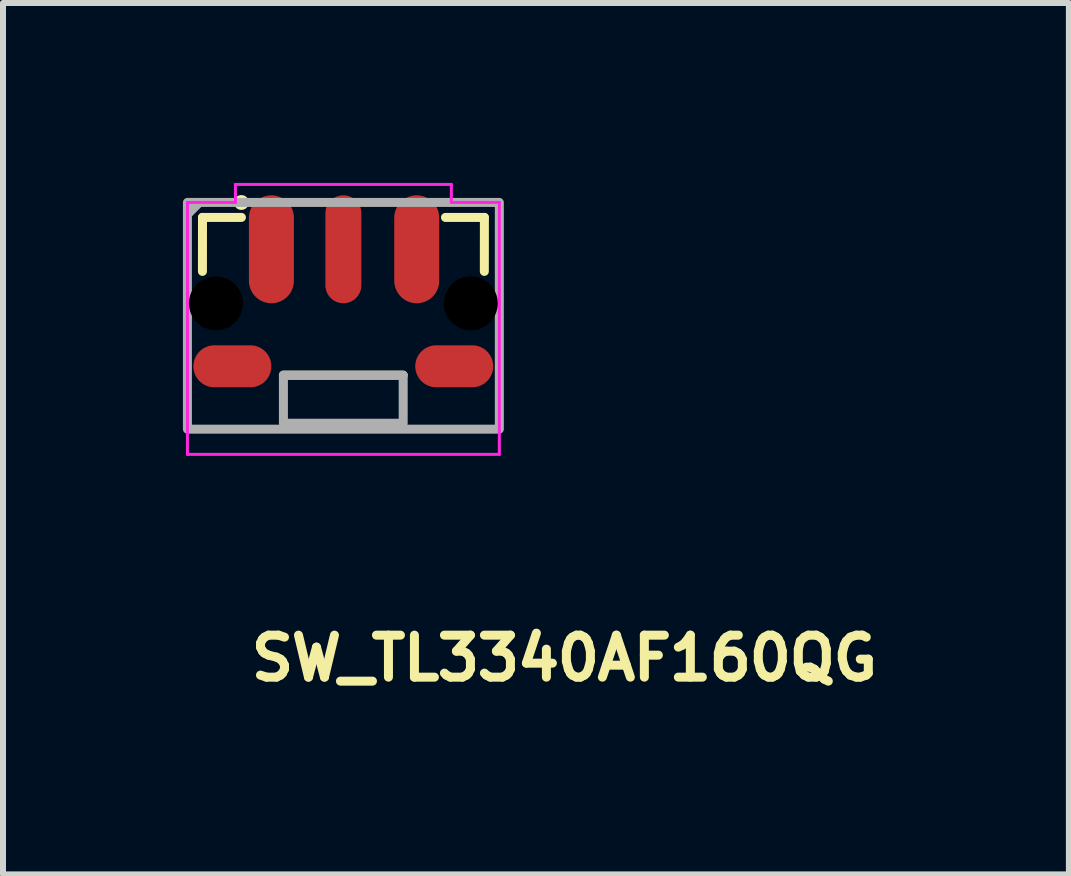
<source format=kicad_pcb>
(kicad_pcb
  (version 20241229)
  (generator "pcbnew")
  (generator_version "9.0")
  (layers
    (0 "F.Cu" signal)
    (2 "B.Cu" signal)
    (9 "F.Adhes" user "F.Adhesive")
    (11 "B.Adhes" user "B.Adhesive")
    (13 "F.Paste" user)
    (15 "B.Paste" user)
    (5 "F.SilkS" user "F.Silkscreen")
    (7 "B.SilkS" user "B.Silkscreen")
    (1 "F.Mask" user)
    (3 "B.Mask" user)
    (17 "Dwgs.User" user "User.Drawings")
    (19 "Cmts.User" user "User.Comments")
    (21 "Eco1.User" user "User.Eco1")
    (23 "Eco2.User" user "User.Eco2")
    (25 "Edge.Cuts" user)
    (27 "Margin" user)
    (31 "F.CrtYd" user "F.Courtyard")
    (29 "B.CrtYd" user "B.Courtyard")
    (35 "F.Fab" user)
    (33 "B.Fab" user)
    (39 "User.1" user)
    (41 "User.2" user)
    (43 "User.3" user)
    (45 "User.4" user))
  (footprint "SW_TL3340AF160QG"
    (layer "F.Cu")
    (at 2.675 2.225)
    (property "Reference" "SW_TL3340AF160QG" (at -1.614 6.108 0) (layer "F.SilkS") (effects (font (size 0.7 0.7) (thickness 0.15)) (justify left bottom)))
    (attr smd)
    (fp_line (start -2.349 -1.65) (end -2.35 -0.75) (stroke (width 0.15) (type solid)) (layer "F.SilkS"))
    (fp_line (start -2.349 -1.65) (end -1.7 -1.65) (stroke (width 0.15) (type solid)) (layer "F.SilkS"))
    (fp_line (start -1 0.98) (end 0.997 0.98) (stroke (width 0.15) (type solid)) (layer "F.SilkS"))
    (fp_line (start 1.702 -1.65) (end 2.351 -1.65) (stroke (width 0.15) (type solid)) (layer "F.SilkS"))
    (fp_line (start 2.351 -1.65) (end 2.35 -0.75) (stroke (width 0.15) (type solid)) (layer "F.SilkS"))
    (fp_circle (center -1.7 -1.899) (end -1.651 -1.899) (stroke (width 0.15) (type solid)) (fill yes) (layer "F.SilkS"))
    (fp_line (start -2.6 -1.9) (end -1.8 -1.9) (stroke (width 0.05) (type solid)) (layer "F.CrtYd"))
    (fp_line (start -2.6 2.3) (end -2.6 -1.9) (stroke (width 0.05) (type solid)) (layer "F.CrtYd"))
    (fp_line (start -1.8 -2.2) (end 1.8 -2.2) (stroke (width 0.05) (type solid)) (layer "F.CrtYd"))
    (fp_line (start -1.8 -1.9) (end -1.8 -2.2) (stroke (width 0.05) (type solid)) (layer "F.CrtYd"))
    (fp_line (start 1.8 -2.2) (end 1.8 -1.9) (stroke (width 0.05) (type solid)) (layer "F.CrtYd"))
    (fp_line (start 1.8 -1.9) (end 2.6 -1.9) (stroke (width 0.05) (type solid)) (layer "F.CrtYd"))
    (fp_line (start 2.6 -1.9) (end 2.6 2.3) (stroke (width 0.05) (type solid)) (layer "F.CrtYd"))
    (fp_line (start 2.6 2.3) (end -2.6 2.3) (stroke (width 0.05) (type solid)) (layer "F.CrtYd"))
    (fp_line (start -2.6 -1.7) (end -2.4 -1.9) (stroke (width 0.15) (type solid)) (layer "F.Fab"))
    (fp_rect (start -2.6 1.88) (end 2.6 -1.9) (stroke (width 0.15) (type solid)) (fill no) (layer "F.Fab"))
    (fp_rect (start 0.997 0.98) (end -1 1.781) (stroke (width 0.15) (type solid)) (fill no) (layer "F.Fab"))
    (fp_rect (start -2.25 -1.833) (end 2.249 1.832) (stroke (width 0.1) (type solid)) (fill no) (layer "User.5"))
    (fp_line (start -2.25 -1.518) (end -2.25 -0.82) (stroke (width 0.02) (type solid)) (layer "User.9"))
    (fp_line (start -2.25 -0.82) (end -2.25 -0.57) (stroke (width 0.02) (type solid)) (layer "User.9"))
    (fp_line (start -2.25 -0.82) (end -2.165 -0.82) (stroke (width 0.02) (type solid)) (layer "User.9"))
    (fp_line (start -2.25 -0.57) (end -2.25 0.682) (stroke (width 0.02) (type solid)) (layer "User.9"))
    (fp_line (start -2.25 -0.57) (end -2 -0.57) (stroke (width 0.02) (type solid)) (layer "User.9"))
    (fp_line (start -2.25 0.696) (end -2.25 0.682) (stroke (width 0.02) (type solid)) (layer "User.9"))
    (fp_line (start -2.25 0.707) (end -2.25 0.696) (stroke (width 0.02) (type solid)) (layer "User.9"))
    (fp_line (start -2.25 0.721) (end -2.25 0.707) (stroke (width 0.02) (type solid)) (layer "User.9"))
    (fp_line (start -2.246 0.734) (end -2.25 0.721) (stroke (width 0.02) (type solid)) (layer "User.9"))
    (fp_line (start -2.243 0.747) (end -2.246 0.734) (stroke (width 0.02) (type solid)) (layer "User.9"))
    (fp_line (start -2.242 0.76) (end -2.243 0.747) (stroke (width 0.02) (type solid)) (layer "User.9"))
    (fp_line (start -2.238 0.774) (end -2.242 0.76) (stroke (width 0.02) (type solid)) (layer "User.9"))
    (fp_line (start -2.234 0.787) (end -2.238 0.774) (stroke (width 0.02) (type solid)) (layer "User.9"))
    (fp_line (start -2.227 0.799) (end -2.234 0.787) (stroke (width 0.02) (type solid)) (layer "User.9"))
    (fp_line (start -2.222 0.811) (end -2.227 0.799) (stroke (width 0.02) (type solid)) (layer "User.9"))
    (fp_line (start -2.218 0.822) (end -2.222 0.811) (stroke (width 0.02) (type solid)) (layer "User.9"))
    (fp_line (start -2.21 0.832) (end -2.218 0.822) (stroke (width 0.02) (type solid)) (layer "User.9"))
    (fp_line (start -2.203 0.843) (end -2.21 0.832) (stroke (width 0.02) (type solid)) (layer "User.9"))
    (fp_line (start -2.195 0.853) (end -2.203 0.843) (stroke (width 0.02) (type solid)) (layer "User.9"))
    (fp_line (start -2.19 0.864) (end -2.195 0.853) (stroke (width 0.02) (type solid)) (layer "User.9"))
    (fp_line (start -2.182 0.874) (end -2.19 0.864) (stroke (width 0.02) (type solid)) (layer "User.9"))
    (fp_line (start -2.173 0.884) (end -2.182 0.874) (stroke (width 0.02) (type solid)) (layer "User.9"))
    (fp_line (start -2.165 -1.518) (end -2.25 -1.518) (stroke (width 0.02) (type solid)) (layer "User.9"))
    (fp_line (start -2.165 -1.518) (end -1.909 -1.518) (stroke (width 0.02) (type solid)) (layer "User.9"))
    (fp_line (start -2.162 0.893) (end -2.173 0.884) (stroke (width 0.02) (type solid)) (layer "User.9"))
    (fp_line (start -2.153 0.904) (end -2.162 0.893) (stroke (width 0.02) (type solid)) (layer "User.9"))
    (fp_line (start -2.145 0.912) (end -2.153 0.904) (stroke (width 0.02) (type solid)) (layer "User.9"))
    (fp_line (start -2.133 0.92) (end -2.145 0.912) (stroke (width 0.02) (type solid)) (layer "User.9"))
    (fp_line (start -2.122 0.928) (end -2.133 0.92) (stroke (width 0.02) (type solid)) (layer "User.9"))
    (fp_line (start -2.113 0.935) (end -2.122 0.928) (stroke (width 0.02) (type solid)) (layer "User.9"))
    (fp_line (start -2.101 0.942) (end -2.113 0.935) (stroke (width 0.02) (type solid)) (layer "User.9"))
    (fp_line (start -2.089 0.948) (end -2.101 0.942) (stroke (width 0.02) (type solid)) (layer "User.9"))
    (fp_line (start -2.077 0.954) (end -2.089 0.948) (stroke (width 0.02) (type solid)) (layer "User.9"))
    (fp_line (start -2.065 0.959) (end -2.077 0.954) (stroke (width 0.02) (type solid)) (layer "User.9"))
    (fp_line (start -2.053 0.962) (end -2.065 0.959) (stroke (width 0.02) (type solid)) (layer "User.9"))
    (fp_line (start -2.04 0.967) (end -2.053 0.962) (stroke (width 0.02) (type solid)) (layer "User.9"))
    (fp_line (start -2.028 0.97) (end -2.04 0.967) (stroke (width 0.02) (type solid)) (layer "User.9"))
    (fp_line (start -2.016 0.973) (end -2.028 0.97) (stroke (width 0.02) (type solid)) (layer "User.9"))
    (fp_line (start -2 -1.569) (end -2 -1.518) (stroke (width 0.02) (type solid)) (layer "User.9"))
    (fp_line (start -2 -0.82) (end -2.165 -0.82) (stroke (width 0.02) (type solid)) (layer "User.9"))
    (fp_line (start -2 -0.82) (end -2 0.782) (stroke (width 0.02) (type solid)) (layer "User.9"))
    (fp_line (start -2 0.782) (end -2 0.976) (stroke (width 0.02) (type solid)) (layer "User.9"))
    (fp_line (start -2 0.782) (end -1.901 0.782) (stroke (width 0.02) (type solid)) (layer "User.9"))
    (fp_line (start -2 0.976) (end -2.016 0.973) (stroke (width 0.02) (type solid)) (layer "User.9"))
    (fp_line (start -1.994 0.977) (end -2 0.976) (stroke (width 0.02) (type solid)) (layer "User.9"))
    (fp_line (start -1.988 0.978) (end -1.994 0.977) (stroke (width 0.02) (type solid)) (layer "User.9"))
    (fp_line (start -1.982 0.979) (end -1.988 0.978) (stroke (width 0.02) (type solid)) (layer "User.9"))
    (fp_line (start -1.976 0.979) (end -1.982 0.979) (stroke (width 0.02) (type solid)) (layer "User.9"))
    (fp_line (start -1.97 0.98) (end -1.976 0.979) (stroke (width 0.02) (type solid)) (layer "User.9"))
    (fp_line (start -1.966 -1.569) (end -2 -1.569) (stroke (width 0.02) (type solid)) (layer "User.9"))
    (fp_line (start -1.966 -1.569) (end -1.635 -1.569) (stroke (width 0.02) (type solid)) (layer "User.9"))
    (fp_line (start -1.964 0.98) (end -1.97 0.98) (stroke (width 0.02) (type solid)) (layer "User.9"))
    (fp_line (start -1.958 0.98) (end -1.964 0.98) (stroke (width 0.02) (type solid)) (layer "User.9"))
    (fp_line (start -1.95 0.98) (end -1.958 0.98) (stroke (width 0.02) (type solid)) (layer "User.9"))
    (fp_line (start -1.95 0.98) (end 1.949 0.98) (stroke (width 0.02) (type solid)) (layer "User.9"))
    (fp_line (start -1.901 -0.82) (end -2 -0.82) (stroke (width 0.02) (type solid)) (layer "User.9"))
    (fp_line (start -1.901 -0.82) (end -1.5 -0.82) (stroke (width 0.02) (type solid)) (layer "User.9"))
    (fp_line (start -1.851 -1.518) (end -1.909 -1.518) (stroke (width 0.02) (type solid)) (layer "User.9"))
    (fp_line (start -1.851 -1.518) (end -1.851 -1.319) (stroke (width 0.02) (type solid)) (layer "User.9"))
    (fp_line (start -1.851 -1.518) (end -1.738 -1.518) (stroke (width 0.02) (type solid)) (layer "User.9"))
    (fp_line (start -1.851 -1.518) (end -1.738 -1.518) (stroke (width 0.02) (type solid)) (layer "User.9"))
    (fp_line (start -1.851 -1.018) (end -1.851 -1.319) (stroke (width 0.02) (type solid)) (layer "User.9"))
    (fp_line (start -1.851 -1.018) (end -1.851 -0.82) (stroke (width 0.02) (type solid)) (layer "User.9"))
    (fp_line (start -1.738 -1.518) (end -1.651 -1.518) (stroke (width 0.02) (type solid)) (layer "User.9"))
    (fp_line (start -1.73 0.98) (end -1.73 1.082) (stroke (width 0.02) (type solid)) (layer "User.9"))
    (fp_line (start -1.73 1.082) (end -1.726 1.082) (stroke (width 0.02) (type solid)) (layer "User.9"))
    (fp_line (start -1.726 1.082) (end -1.726 1.082) (stroke (width 0.02) (type solid)) (layer "User.9"))
    (fp_line (start -1.726 1.082) (end -1.708 1.082) (stroke (width 0.02) (type solid)) (layer "User.9"))
    (fp_line (start -1.708 1.082) (end -1.708 1.082) (stroke (width 0.02) (type solid)) (layer "User.9"))
    (fp_line (start -1.708 1.082) (end -1.68 1.082) (stroke (width 0.02) (type solid)) (layer "User.9"))
    (fp_line (start -1.68 1.082) (end -1.68 1.082) (stroke (width 0.02) (type solid)) (layer "User.9"))
    (fp_line (start -1.68 1.082) (end -1.601 1.082) (stroke (width 0.02) (type solid)) (layer "User.9"))
    (fp_line (start -1.651 -1.518) (end -1.851 -1.518) (stroke (width 0.02) (type solid)) (layer "User.9"))
    (fp_line (start -1.651 -1.319) (end -1.651 -1.518) (stroke (width 0.02) (type solid)) (layer "User.9"))
    (fp_line (start -1.651 -1.018) (end -1.651 -1.319) (stroke (width 0.02) (type solid)) (layer "User.9"))
    (fp_line (start -1.651 -0.82) (end -1.651 -1.018) (stroke (width 0.02) (type solid)) (layer "User.9"))
    (fp_line (start -1.601 -1.569) (end -1.635 -1.569) (stroke (width 0.02) (type solid)) (layer "User.9"))
    (fp_line (start -1.601 -1.569) (end -1.601 -0.82) (stroke (width 0.02) (type solid)) (layer "User.9"))
    (fp_line (start -1.601 1.082) (end -1.601 1.082) (stroke (width 0.02) (type solid)) (layer "User.9"))
    (fp_line (start -1.601 1.082) (end -1.5 1.082) (stroke (width 0.02) (type solid)) (layer "User.9"))
    (fp_line (start -1.5 -1.833) (end -0.85 -1.833) (stroke (width 0.02) (type solid)) (layer "User.9"))
    (fp_line (start -1.5 -1.686) (end -1.5 -1.833) (stroke (width 0.02) (type solid)) (layer "User.9"))
    (fp_line (start -1.5 -1.686) (end -0.85 -1.686) (stroke (width 0.02) (type solid)) (layer "User.9"))
    (fp_line (start -1.5 -1.619) (end -1.5 -1.686) (stroke (width 0.02) (type solid)) (layer "User.9"))
    (fp_line (start -1.5 -1.619) (end -0.85 -1.619) (stroke (width 0.02) (type solid)) (layer "User.9"))
    (fp_line (start -1.5 -1.569) (end -1.601 -1.569) (stroke (width 0.02) (type solid)) (layer "User.9"))
    (fp_line (start -1.5 -1.569) (end -1.5 -1.619) (stroke (width 0.02) (type solid)) (layer "User.9"))
    (fp_line (start -1.5 -1.569) (end 1.499 -1.569) (stroke (width 0.02) (type solid)) (layer "User.9"))
    (fp_line (start -1.5 1.082) (end -1.5 1.082) (stroke (width 0.02) (type solid)) (layer "User.9"))
    (fp_line (start -1.5 1.082) (end -1.357 1.082) (stroke (width 0.02) (type solid)) (layer "User.9"))
    (fp_line (start -1.357 1.082) (end -1.357 1.082) (stroke (width 0.02) (type solid)) (layer "User.9"))
    (fp_line (start -1.357 1.082) (end -1.321 1.082) (stroke (width 0.02) (type solid)) (layer "User.9"))
    (fp_line (start -1.321 1.082) (end -1.321 1.082) (stroke (width 0.02) (type solid)) (layer "User.9"))
    (fp_line (start -1.321 1.082) (end -1.293 1.082) (stroke (width 0.02) (type solid)) (layer "User.9"))
    (fp_line (start -1.293 1.082) (end -1.293 1.082) (stroke (width 0.02) (type solid)) (layer "User.9"))
    (fp_line (start -1.293 1.082) (end -1.276 1.082) (stroke (width 0.02) (type solid)) (layer "User.9"))
    (fp_line (start -1.276 1.082) (end -1.276 1.082) (stroke (width 0.02) (type solid)) (layer "User.9"))
    (fp_line (start -1.276 1.082) (end -1.27 1.082) (stroke (width 0.02) (type solid)) (layer "User.9"))
    (fp_line (start -1.27 0.98) (end -1.27 1.082) (stroke (width 0.02) (type solid)) (layer "User.9"))
    (fp_line (start -1 0.98) (end -1 1.731) (stroke (width 0.02) (type solid)) (layer "User.9"))
    (fp_line (start -1 1.731) (end -1 1.737) (stroke (width 0.02) (type solid)) (layer "User.9"))
    (fp_line (start -1 1.737) (end -1 1.741) (stroke (width 0.02) (type solid)) (layer "User.9"))
    (fp_line (start -1 1.741) (end -1 1.747) (stroke (width 0.02) (type solid)) (layer "User.9"))
    (fp_line (start -1 1.747) (end -0.999 1.751) (stroke (width 0.02) (type solid)) (layer "User.9"))
    (fp_line (start -0.999 1.751) (end -0.998 1.757) (stroke (width 0.02) (type solid)) (layer "User.9"))
    (fp_line (start -0.998 1.757) (end -0.996 1.761) (stroke (width 0.02) (type solid)) (layer "User.9"))
    (fp_line (start -0.996 1.761) (end -0.995 1.765) (stroke (width 0.02) (type solid)) (layer "User.9"))
    (fp_line (start -0.995 1.765) (end -0.993 1.771) (stroke (width 0.02) (type solid)) (layer "User.9"))
    (fp_line (start -0.993 1.771) (end -0.991 1.775) (stroke (width 0.02) (type solid)) (layer "User.9"))
    (fp_line (start -0.991 1.775) (end -0.989 1.779) (stroke (width 0.02) (type solid)) (layer "User.9"))
    (fp_line (start -0.989 1.779) (end -0.986 1.783) (stroke (width 0.02) (type solid)) (layer "User.9"))
    (fp_line (start -0.986 1.783) (end -0.984 1.787) (stroke (width 0.02) (type solid)) (layer "User.9"))
    (fp_line (start -0.984 1.787) (end -0.981 1.792) (stroke (width 0.02) (type solid)) (layer "User.9"))
    (fp_line (start -0.981 1.792) (end -0.978 1.796) (stroke (width 0.02) (type solid)) (layer "User.9"))
    (fp_line (start -0.978 1.796) (end -0.974 1.798) (stroke (width 0.02) (type solid)) (layer "User.9"))
    (fp_line (start -0.974 1.798) (end -0.971 1.802) (stroke (width 0.02) (type solid)) (layer "User.9"))
    (fp_line (start -0.971 1.802) (end -0.968 1.806) (stroke (width 0.02) (type solid)) (layer "User.9"))
    (fp_line (start -0.968 1.806) (end -0.964 1.808) (stroke (width 0.02) (type solid)) (layer "User.9"))
    (fp_line (start -0.964 1.808) (end -0.96 1.812) (stroke (width 0.02) (type solid)) (layer "User.9"))
    (fp_line (start -0.96 1.812) (end -0.958 1.814) (stroke (width 0.02) (type solid)) (layer "User.9"))
    (fp_line (start -0.958 1.814) (end -0.954 1.818) (stroke (width 0.02) (type solid)) (layer "User.9"))
    (fp_line (start -0.954 1.818) (end -0.95 1.82) (stroke (width 0.02) (type solid)) (layer "User.9"))
    (fp_line (start -0.95 1.82) (end -0.945 1.822) (stroke (width 0.02) (type solid)) (layer "User.9"))
    (fp_line (start -0.945 1.822) (end -0.941 1.824) (stroke (width 0.02) (type solid)) (layer "User.9"))
    (fp_line (start -0.941 1.824) (end -0.936 1.826) (stroke (width 0.02) (type solid)) (layer "User.9"))
    (fp_line (start -0.936 1.826) (end -0.932 1.828) (stroke (width 0.02) (type solid)) (layer "User.9"))
    (fp_line (start -0.932 1.828) (end -0.927 1.828) (stroke (width 0.02) (type solid)) (layer "User.9"))
    (fp_line (start -0.927 1.828) (end -0.922 1.83) (stroke (width 0.02) (type solid)) (layer "User.9"))
    (fp_line (start -0.922 1.83) (end -0.917 1.83) (stroke (width 0.02) (type solid)) (layer "User.9"))
    (fp_line (start -0.917 1.83) (end -0.912 1.832) (stroke (width 0.02) (type solid)) (layer "User.9"))
    (fp_line (start -0.912 1.832) (end -0.907 1.832) (stroke (width 0.02) (type solid)) (layer "User.9"))
    (fp_line (start -0.907 1.832) (end -0.903 1.832) (stroke (width 0.02) (type solid)) (layer "User.9"))
    (fp_line (start -0.903 1.832) (end -0.878 1.832) (stroke (width 0.02) (type solid)) (layer "User.9"))
    (fp_line (start -0.878 1.832) (end -0.878 1.832) (stroke (width 0.02) (type solid)) (layer "User.9"))
    (fp_line (start -0.878 1.832) (end -0.813 1.832) (stroke (width 0.02) (type solid)) (layer "User.9"))
    (fp_line (start -0.85 -1.833) (end -0.85 -1.686) (stroke (width 0.02) (type solid)) (layer "User.9"))
    (fp_line (start -0.85 -1.686) (end -0.85 -1.619) (stroke (width 0.02) (type solid)) (layer "User.9"))
    (fp_line (start -0.85 -1.619) (end -0.85 -1.569) (stroke (width 0.02) (type solid)) (layer "User.9"))
    (fp_line (start -0.813 1.832) (end -0.813 1.832) (stroke (width 0.02) (type solid)) (layer "User.9"))
    (fp_line (start -0.813 1.832) (end -0.704 1.832) (stroke (width 0.02) (type solid)) (layer "User.9"))
    (fp_line (start -0.704 1.832) (end -0.704 1.832) (stroke (width 0.02) (type solid)) (layer "User.9"))
    (fp_line (start -0.704 1.832) (end -0.564 1.832) (stroke (width 0.02) (type solid)) (layer "User.9"))
    (fp_line (start -0.564 1.832) (end -0.564 1.832) (stroke (width 0.02) (type solid)) (layer "User.9"))
    (fp_line (start -0.564 1.832) (end -0.393 1.832) (stroke (width 0.02) (type solid)) (layer "User.9"))
    (fp_line (start -0.393 1.832) (end -0.393 1.832) (stroke (width 0.02) (type solid)) (layer "User.9"))
    (fp_line (start -0.393 1.832) (end -0.203 1.832) (stroke (width 0.02) (type solid)) (layer "User.9"))
    (fp_line (start -0.25 -1.833) (end -0.25 -1.686) (stroke (width 0.02) (type solid)) (layer "User.9"))
    (fp_line (start -0.25 -1.833) (end 0.247 -1.833) (stroke (width 0.02) (type solid)) (layer "User.9"))
    (fp_line (start -0.25 -1.686) (end -0.25 -1.619) (stroke (width 0.02) (type solid)) (layer "User.9"))
    (fp_line (start -0.25 -1.686) (end 0.247 -1.686) (stroke (width 0.02) (type solid)) (layer "User.9"))
    (fp_line (start -0.25 -1.619) (end -0.25 -1.569) (stroke (width 0.02) (type solid)) (layer "User.9"))
    (fp_line (start -0.25 -1.619) (end 0.247 -1.619) (stroke (width 0.02) (type solid)) (layer "User.9"))
    (fp_line (start -0.203 1.832) (end -0.203 1.832) (stroke (width 0.02) (type solid)) (layer "User.9"))
    (fp_line (start -0.203 1.832) (end 0 1.832) (stroke (width 0.02) (type solid)) (layer "User.9"))
    (fp_line (start 0 1.832) (end 0 1.832) (stroke (width 0.02) (type solid)) (layer "User.9"))
    (fp_line (start 0 1.832) (end 0.2 1.832) (stroke (width 0.02) (type solid)) (layer "User.9"))
    (fp_line (start 0.2 1.832) (end 0.2 1.832) (stroke (width 0.02) (type solid)) (layer "User.9"))
    (fp_line (start 0.2 1.832) (end 0.39 1.832) (stroke (width 0.02) (type solid)) (layer "User.9"))
    (fp_line (start 0.247 -1.686) (end 0.247 -1.833) (stroke (width 0.02) (type solid)) (layer "User.9"))
    (fp_line (start 0.247 -1.619) (end 0.247 -1.686) (stroke (width 0.02) (type solid)) (layer "User.9"))
    (fp_line (start 0.247 -1.569) (end 0.247 -1.619) (stroke (width 0.02) (type solid)) (layer "User.9"))
    (fp_line (start 0.39 1.832) (end 0.39 1.832) (stroke (width 0.02) (type solid)) (layer "User.9"))
    (fp_line (start 0.39 1.832) (end 0.561 1.832) (stroke (width 0.02) (type solid)) (layer "User.9"))
    (fp_line (start 0.561 1.832) (end 0.561 1.832) (stroke (width 0.02) (type solid)) (layer "User.9"))
    (fp_line (start 0.561 1.832) (end 0.703 1.832) (stroke (width 0.02) (type solid)) (layer "User.9"))
    (fp_line (start 0.703 1.832) (end 0.703 1.832) (stroke (width 0.02) (type solid)) (layer "User.9"))
    (fp_line (start 0.703 1.832) (end 0.81 1.832) (stroke (width 0.02) (type solid)) (layer "User.9"))
    (fp_line (start 0.81 1.832) (end 0.81 1.832) (stroke (width 0.02) (type solid)) (layer "User.9"))
    (fp_line (start 0.81 1.832) (end 0.875 1.832) (stroke (width 0.02) (type solid)) (layer "User.9"))
    (fp_line (start 0.847 -1.833) (end 0.847 -1.686) (stroke (width 0.02) (type solid)) (layer "User.9"))
    (fp_line (start 0.847 -1.686) (end 0.847 -1.619) (stroke (width 0.02) (type solid)) (layer "User.9"))
    (fp_line (start 0.847 -1.619) (end 0.847 -1.569) (stroke (width 0.02) (type solid)) (layer "User.9"))
    (fp_line (start 0.875 1.832) (end 0.875 1.832) (stroke (width 0.02) (type solid)) (layer "User.9"))
    (fp_line (start 0.875 1.832) (end 0.9 1.832) (stroke (width 0.02) (type solid)) (layer "User.9"))
    (fp_line (start 0.905 1.832) (end 0.9 1.832) (stroke (width 0.02) (type solid)) (layer "User.9"))
    (fp_line (start 0.91 1.832) (end 0.905 1.832) (stroke (width 0.02) (type solid)) (layer "User.9"))
    (fp_line (start 0.915 1.83) (end 0.91 1.832) (stroke (width 0.02) (type solid)) (layer "User.9"))
    (fp_line (start 0.919 1.83) (end 0.915 1.83) (stroke (width 0.02) (type solid)) (layer "User.9"))
    (fp_line (start 0.924 1.828) (end 0.919 1.83) (stroke (width 0.02) (type solid)) (layer "User.9"))
    (fp_line (start 0.929 1.828) (end 0.924 1.828) (stroke (width 0.02) (type solid)) (layer "User.9"))
    (fp_line (start 0.934 1.826) (end 0.929 1.828) (stroke (width 0.02) (type solid)) (layer "User.9"))
    (fp_line (start 0.938 1.824) (end 0.934 1.826) (stroke (width 0.02) (type solid)) (layer "User.9"))
    (fp_line (start 0.943 1.822) (end 0.938 1.824) (stroke (width 0.02) (type solid)) (layer "User.9"))
    (fp_line (start 0.947 1.82) (end 0.943 1.822) (stroke (width 0.02) (type solid)) (layer "User.9"))
    (fp_line (start 0.951 1.818) (end 0.947 1.82) (stroke (width 0.02) (type solid)) (layer "User.9"))
    (fp_line (start 0.955 1.814) (end 0.951 1.818) (stroke (width 0.02) (type solid)) (layer "User.9"))
    (fp_line (start 0.959 1.812) (end 0.955 1.814) (stroke (width 0.02) (type solid)) (layer "User.9"))
    (fp_line (start 0.961 1.808) (end 0.959 1.812) (stroke (width 0.02) (type solid)) (layer "User.9"))
    (fp_line (start 0.965 1.806) (end 0.961 1.808) (stroke (width 0.02) (type solid)) (layer "User.9"))
    (fp_line (start 0.968 1.802) (end 0.965 1.806) (stroke (width 0.02) (type solid)) (layer "User.9"))
    (fp_line (start 0.972 1.798) (end 0.968 1.802) (stroke (width 0.02) (type solid)) (layer "User.9"))
    (fp_line (start 0.975 1.794) (end 0.972 1.798) (stroke (width 0.02) (type solid)) (layer "User.9"))
    (fp_line (start 0.978 1.791) (end 0.975 1.794) (stroke (width 0.02) (type solid)) (layer "User.9"))
    (fp_line (start 0.981 1.787) (end 0.978 1.791) (stroke (width 0.02) (type solid)) (layer "User.9"))
    (fp_line (start 0.984 1.783) (end 0.981 1.787) (stroke (width 0.02) (type solid)) (layer "User.9"))
    (fp_line (start 0.986 1.779) (end 0.984 1.783) (stroke (width 0.02) (type solid)) (layer "User.9"))
    (fp_line (start 0.988 1.775) (end 0.986 1.779) (stroke (width 0.02) (type solid)) (layer "User.9"))
    (fp_line (start 0.99 1.769) (end 0.988 1.775) (stroke (width 0.02) (type solid)) (layer "User.9"))
    (fp_line (start 0.992 1.765) (end 0.99 1.769) (stroke (width 0.02) (type solid)) (layer "User.9"))
    (fp_line (start 0.994 1.761) (end 0.992 1.765) (stroke (width 0.02) (type solid)) (layer "User.9"))
    (fp_line (start 0.995 1.755) (end 0.994 1.761) (stroke (width 0.02) (type solid)) (layer "User.9"))
    (fp_line (start 0.996 1.751) (end 0.995 1.755) (stroke (width 0.02) (type solid)) (layer "User.9"))
    (fp_line (start 0.997 0.98) (end 0.997 1.731) (stroke (width 0.02) (type solid)) (layer "User.9"))
    (fp_line (start 0.997 1.731) (end 0.998 1.737) (stroke (width 0.02) (type solid)) (layer "User.9"))
    (fp_line (start 0.997 1.741) (end 0.997 1.747) (stroke (width 0.02) (type solid)) (layer "User.9"))
    (fp_line (start 0.997 1.747) (end 0.996 1.751) (stroke (width 0.02) (type solid)) (layer "User.9"))
    (fp_line (start 0.998 1.737) (end 0.997 1.741) (stroke (width 0.02) (type solid)) (layer "User.9"))
    (fp_line (start 1.269 0.98) (end 1.269 1.082) (stroke (width 0.02) (type solid)) (layer "User.9"))
    (fp_line (start 1.269 1.082) (end 1.275 1.082) (stroke (width 0.02) (type solid)) (layer "User.9"))
    (fp_line (start 1.275 1.082) (end 1.275 1.082) (stroke (width 0.02) (type solid)) (layer "User.9"))
    (fp_line (start 1.275 1.082) (end 1.292 1.082) (stroke (width 0.02) (type solid)) (layer "User.9"))
    (fp_line (start 1.292 1.082) (end 1.292 1.082) (stroke (width 0.02) (type solid)) (layer "User.9"))
    (fp_line (start 1.292 1.082) (end 1.32 1.082) (stroke (width 0.02) (type solid)) (layer "User.9"))
    (fp_line (start 1.32 1.082) (end 1.32 1.082) (stroke (width 0.02) (type solid)) (layer "User.9"))
    (fp_line (start 1.32 1.082) (end 1.4 1.082) (stroke (width 0.02) (type solid)) (layer "User.9"))
    (fp_line (start 1.4 1.082) (end 1.4 1.082) (stroke (width 0.02) (type solid)) (layer "User.9"))
    (fp_line (start 1.4 1.082) (end 1.499 1.082) (stroke (width 0.02) (type solid)) (layer "User.9"))
    (fp_line (start 1.499 -1.833) (end 0.847 -1.833) (stroke (width 0.02) (type solid)) (layer "User.9"))
    (fp_line (start 1.499 -1.686) (end 0.847 -1.686) (stroke (width 0.02) (type solid)) (layer "User.9"))
    (fp_line (start 1.499 -1.686) (end 1.499 -1.833) (stroke (width 0.02) (type solid)) (layer "User.9"))
    (fp_line (start 1.499 -1.619) (end 0.847 -1.619) (stroke (width 0.02) (type solid)) (layer "User.9"))
    (fp_line (start 1.499 -1.619) (end 1.499 -1.686) (stroke (width 0.02) (type solid)) (layer "User.9"))
    (fp_line (start 1.499 -1.569) (end 1.499 -1.619) (stroke (width 0.02) (type solid)) (layer "User.9"))
    (fp_line (start 1.499 -0.82) (end 1.898 -0.82) (stroke (width 0.02) (type solid)) (layer "User.9"))
    (fp_line (start 1.499 1.082) (end 1.499 1.082) (stroke (width 0.02) (type solid)) (layer "User.9"))
    (fp_line (start 1.499 1.082) (end 1.642 1.082) (stroke (width 0.02) (type solid)) (layer "User.9"))
    (fp_line (start 1.6 -1.569) (end 1.499 -1.569) (stroke (width 0.02) (type solid)) (layer "User.9"))
    (fp_line (start 1.6 -0.82) (end 1.6 -1.569) (stroke (width 0.02) (type solid)) (layer "User.9"))
    (fp_line (start 1.634 -1.569) (end 1.6 -1.569) (stroke (width 0.02) (type solid)) (layer "User.9"))
    (fp_line (start 1.634 -1.569) (end 1.965 -1.569) (stroke (width 0.02) (type solid)) (layer "User.9"))
    (fp_line (start 1.642 1.082) (end 1.642 1.082) (stroke (width 0.02) (type solid)) (layer "User.9"))
    (fp_line (start 1.642 1.082) (end 1.679 1.082) (stroke (width 0.02) (type solid)) (layer "User.9"))
    (fp_line (start 1.648 -1.518) (end 1.648 -1.319) (stroke (width 0.02) (type solid)) (layer "User.9"))
    (fp_line (start 1.648 -1.018) (end 1.648 -1.319) (stroke (width 0.02) (type solid)) (layer "User.9"))
    (fp_line (start 1.648 -1.018) (end 1.648 -0.82) (stroke (width 0.02) (type solid)) (layer "User.9"))
    (fp_line (start 1.679 1.082) (end 1.679 1.082) (stroke (width 0.02) (type solid)) (layer "User.9"))
    (fp_line (start 1.679 1.082) (end 1.707 1.082) (stroke (width 0.02) (type solid)) (layer "User.9"))
    (fp_line (start 1.707 1.082) (end 1.707 1.082) (stroke (width 0.02) (type solid)) (layer "User.9"))
    (fp_line (start 1.707 1.082) (end 1.723 1.082) (stroke (width 0.02) (type solid)) (layer "User.9"))
    (fp_line (start 1.723 1.082) (end 1.723 1.082) (stroke (width 0.02) (type solid)) (layer "User.9"))
    (fp_line (start 1.723 1.082) (end 1.729 1.082) (stroke (width 0.02) (type solid)) (layer "User.9"))
    (fp_line (start 1.729 0.98) (end 1.729 1.082) (stroke (width 0.02) (type solid)) (layer "User.9"))
    (fp_line (start 1.85 -1.518) (end 1.648 -1.518) (stroke (width 0.02) (type solid)) (layer "User.9"))
    (fp_line (start 1.85 -1.319) (end 1.85 -1.518) (stroke (width 0.02) (type solid)) (layer "User.9"))
    (fp_line (start 1.85 -1.018) (end 1.85 -1.319) (stroke (width 0.02) (type solid)) (layer "User.9"))
    (fp_line (start 1.85 -0.82) (end 1.85 -1.018) (stroke (width 0.02) (type solid)) (layer "User.9"))
    (fp_line (start 1.898 0.782) (end 1.999 0.782) (stroke (width 0.02) (type solid)) (layer "User.9"))
    (fp_line (start 1.908 -1.518) (end 1.85 -1.518) (stroke (width 0.02) (type solid)) (layer "User.9"))
    (fp_line (start 1.955 0.98) (end 1.949 0.98) (stroke (width 0.02) (type solid)) (layer "User.9"))
    (fp_line (start 1.961 0.98) (end 1.955 0.98) (stroke (width 0.02) (type solid)) (layer "User.9"))
    (fp_line (start 1.967 0.98) (end 1.961 0.98) (stroke (width 0.02) (type solid)) (layer "User.9"))
    (fp_line (start 1.975 0.979) (end 1.967 0.98) (stroke (width 0.02) (type solid)) (layer "User.9"))
    (fp_line (start 1.981 0.979) (end 1.975 0.979) (stroke (width 0.02) (type solid)) (layer "User.9"))
    (fp_line (start 1.987 0.978) (end 1.981 0.979) (stroke (width 0.02) (type solid)) (layer "User.9"))
    (fp_line (start 1.993 0.977) (end 1.987 0.978) (stroke (width 0.02) (type solid)) (layer "User.9"))
    (fp_line (start 1.999 -1.569) (end 1.965 -1.569) (stroke (width 0.02) (type solid)) (layer "User.9"))
    (fp_line (start 1.999 -1.569) (end 1.999 -1.518) (stroke (width 0.02) (type solid)) (layer "User.9"))
    (fp_line (start 1.999 -1.518) (end 1.999 -1.569) (stroke (width 0.02) (type solid)) (layer "User.9"))
    (fp_line (start 1.999 -0.82) (end 1.898 -0.82) (stroke (width 0.02) (type solid)) (layer "User.9"))
    (fp_line (start 1.999 -0.82) (end 2.16 -0.82) (stroke (width 0.02) (type solid)) (layer "User.9"))
    (fp_line (start 1.999 0.782) (end 1.999 -0.82) (stroke (width 0.02) (type solid)) (layer "User.9"))
    (fp_line (start 1.999 0.782) (end 1.999 0.976) (stroke (width 0.02) (type solid)) (layer "User.9"))
    (fp_line (start 1.999 0.976) (end 1.993 0.977) (stroke (width 0.02) (type solid)) (layer "User.9"))
    (fp_line (start 2.011 0.973) (end 1.999 0.976) (stroke (width 0.02) (type solid)) (layer "User.9"))
    (fp_line (start 2.026 0.97) (end 2.011 0.973) (stroke (width 0.02) (type solid)) (layer "User.9"))
    (fp_line (start 2.039 0.967) (end 2.026 0.97) (stroke (width 0.02) (type solid)) (layer "User.9"))
    (fp_line (start 2.052 0.962) (end 2.039 0.967) (stroke (width 0.02) (type solid)) (layer "User.9"))
    (fp_line (start 2.064 0.959) (end 2.052 0.962) (stroke (width 0.02) (type solid)) (layer "User.9"))
    (fp_line (start 2.076 0.954) (end 2.064 0.959) (stroke (width 0.02) (type solid)) (layer "User.9"))
    (fp_line (start 2.088 0.948) (end 2.076 0.954) (stroke (width 0.02) (type solid)) (layer "User.9"))
    (fp_line (start 2.099 0.942) (end 2.088 0.948) (stroke (width 0.02) (type solid)) (layer "User.9"))
    (fp_line (start 2.111 0.935) (end 2.099 0.942) (stroke (width 0.02) (type solid)) (layer "User.9"))
    (fp_line (start 2.12 0.928) (end 2.111 0.935) (stroke (width 0.02) (type solid)) (layer "User.9"))
    (fp_line (start 2.132 0.92) (end 2.12 0.928) (stroke (width 0.02) (type solid)) (layer "User.9"))
    (fp_line (start 2.14 0.912) (end 2.132 0.92) (stroke (width 0.02) (type solid)) (layer "User.9"))
    (fp_line (start 2.152 0.904) (end 2.14 0.912) (stroke (width 0.02) (type solid)) (layer "User.9"))
    (fp_line (start 2.16 -1.518) (end 1.908 -1.518) (stroke (width 0.02) (type solid)) (layer "User.9"))
    (fp_line (start 2.16 -0.82) (end 2.249 -0.82) (stroke (width 0.02) (type solid)) (layer "User.9"))
    (fp_line (start 2.16 0.893) (end 2.152 0.904) (stroke (width 0.02) (type solid)) (layer "User.9"))
    (fp_line (start 2.168 0.884) (end 2.16 0.893) (stroke (width 0.02) (type solid)) (layer "User.9"))
    (fp_line (start 2.177 0.874) (end 2.168 0.884) (stroke (width 0.02) (type solid)) (layer "User.9"))
    (fp_line (start 2.185 0.864) (end 2.177 0.874) (stroke (width 0.02) (type solid)) (layer "User.9"))
    (fp_line (start 2.193 0.853) (end 2.185 0.864) (stroke (width 0.02) (type solid)) (layer "User.9"))
    (fp_line (start 2.201 0.843) (end 2.193 0.853) (stroke (width 0.02) (type solid)) (layer "User.9"))
    (fp_line (start 2.208 0.832) (end 2.201 0.843) (stroke (width 0.02) (type solid)) (layer "User.9"))
    (fp_line (start 2.213 0.822) (end 2.208 0.832) (stroke (width 0.02) (type solid)) (layer "User.9"))
    (fp_line (start 2.221 0.811) (end 2.213 0.822) (stroke (width 0.02) (type solid)) (layer "User.9"))
    (fp_line (start 2.225 0.799) (end 2.221 0.811) (stroke (width 0.02) (type solid)) (layer "User.9"))
    (fp_line (start 2.229 0.787) (end 2.225 0.799) (stroke (width 0.02) (type solid)) (layer "User.9"))
    (fp_line (start 2.233 0.774) (end 2.229 0.787) (stroke (width 0.02) (type solid)) (layer "User.9"))
    (fp_line (start 2.237 0.76) (end 2.233 0.774) (stroke (width 0.02) (type solid)) (layer "User.9"))
    (fp_line (start 2.241 0.747) (end 2.237 0.76) (stroke (width 0.02) (type solid)) (layer "User.9"))
    (fp_line (start 2.245 0.721) (end 2.245 0.734) (stroke (width 0.02) (type solid)) (layer "User.9"))
    (fp_line (start 2.245 0.734) (end 2.241 0.747) (stroke (width 0.02) (type solid)) (layer "User.9"))
    (fp_line (start 2.248 0.707) (end 2.245 0.721) (stroke (width 0.02) (type solid)) (layer "User.9"))
    (fp_line (start 2.249 -1.518) (end 2.16 -1.518) (stroke (width 0.02) (type solid)) (layer "User.9"))
    (fp_line (start 2.249 -0.82) (end 2.249 -1.518) (stroke (width 0.02) (type solid)) (layer "User.9"))
    (fp_line (start 2.249 -0.82) (end 2.249 -0.57) (stroke (width 0.02) (type solid)) (layer "User.9"))
    (fp_line (start 2.249 -0.57) (end 1.999 -0.57) (stroke (width 0.02) (type solid)) (layer "User.9"))
    (fp_line (start 2.249 -0.57) (end 2.249 0.682) (stroke (width 0.02) (type solid)) (layer "User.9"))
    (fp_line (start 2.249 0.682) (end 2.249 0.696) (stroke (width 0.02) (type solid)) (layer "User.9"))
    (fp_line (start 2.249 0.696) (end 2.248 0.707) (stroke (width 0.02) (type solid)) (layer "User.9"))
    (pad "" np_thru_hole circle (at -2.125 -0.218 180) (size 0.9 0.9) (drill 0.9) (layers "*.Mask"))
    (pad "" np_thru_hole circle (at 2.124 -0.218 180) (size 0.9 0.9) (drill 0.9) (layers "*.Mask"))
    (pad "1" smd oval (at -1.2 -1.119 180) (size 0.75 1.8) (layers "F.Cu" "F.Mask" "F.Paste"))
    (pad "2" smd oval (at 0 -1.119 180) (size 0.6 1.8) (layers "F.Cu" "F.Mask" "F.Paste"))
    (pad "3" smd oval (at 1.223 -1.119 180) (size 0.75 1.8) (layers "F.Cu" "F.Mask" "F.Paste"))
    (pad "SH" smd oval (at -1.851 0.832 180) (size 1.3 0.7) (layers "F.Cu" "F.Mask" "F.Paste"))
    (pad "SH" smd oval (at 1.848 0.832 180) (size 1.3 0.7) (layers "F.Cu" "F.Mask" "F.Paste")))
  (gr_rect
    (start -3 -3)
    (end 14.771 11.528)
    (stroke (width 0.1) (type default))
    (fill no)
    (layer "Edge.Cuts")))
</source>
